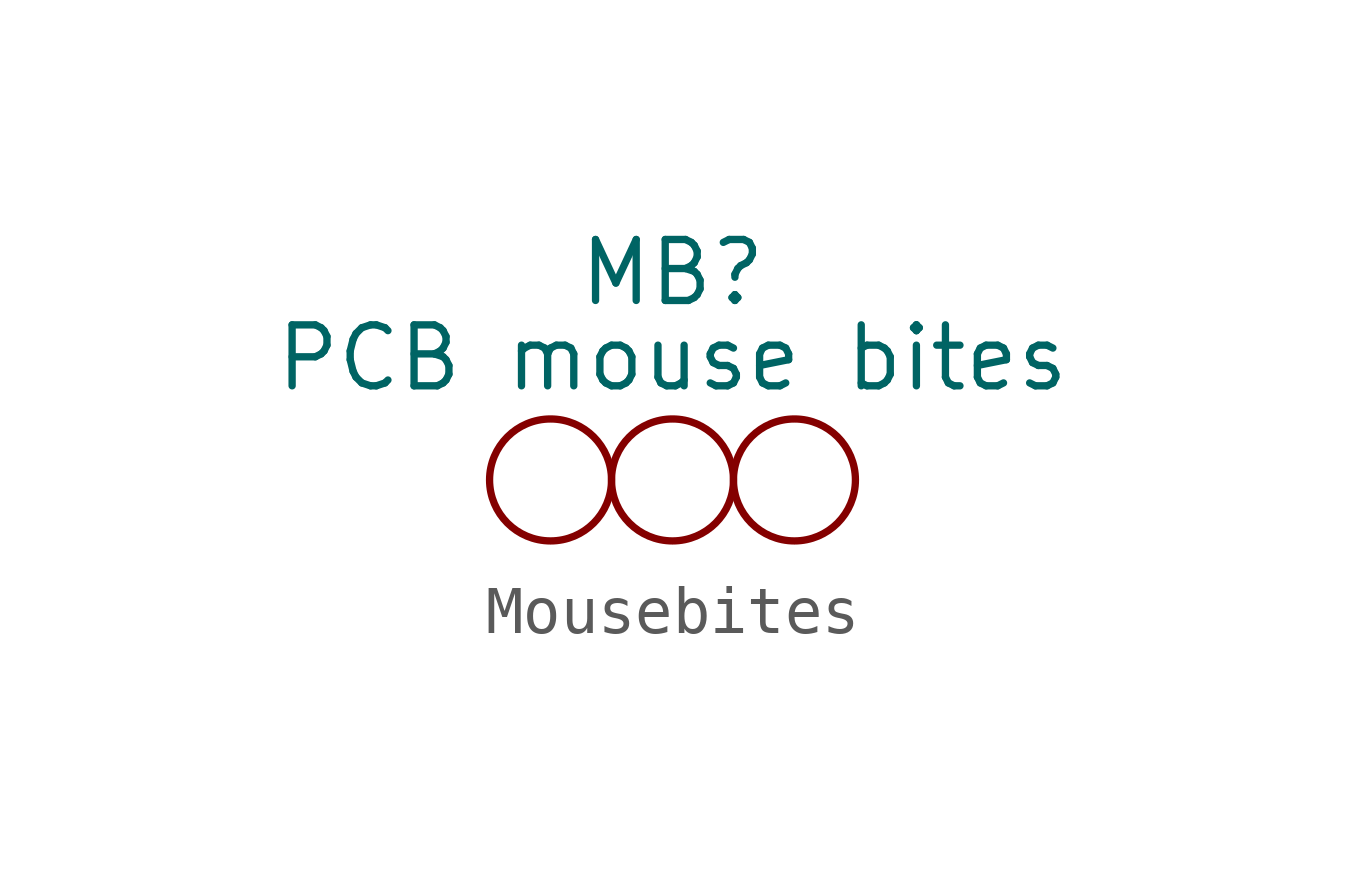
<source format=kicad_sym>
(kicad_symbol_lib
  (version 20231120)
  (generator "kicad_symbol_editor")
  (generator_version "8.0")
  (symbol "Mousebites"
    (property "Reference" "MB"
      (at 0 4.318 0)
      (effects (font (size 1.27 1.27))))
    (property "Value" "PCB mouse bites"
      (at 0 2.54 0)
      (effects (font (size 1.27 1.27))))
    (symbol "Mousebites_0_1"
      (circle (center -2.54 0) (radius 1.27) (stroke (width 0) (type default)) (fill (type none)))
      (circle (center 0 0) (radius 1.27) (stroke (width 0) (type default)) (fill (type none)))
      (circle (center 2.54 0) (radius 1.27) (stroke (width 0) (type default)) (fill (type none))))))
</source>
